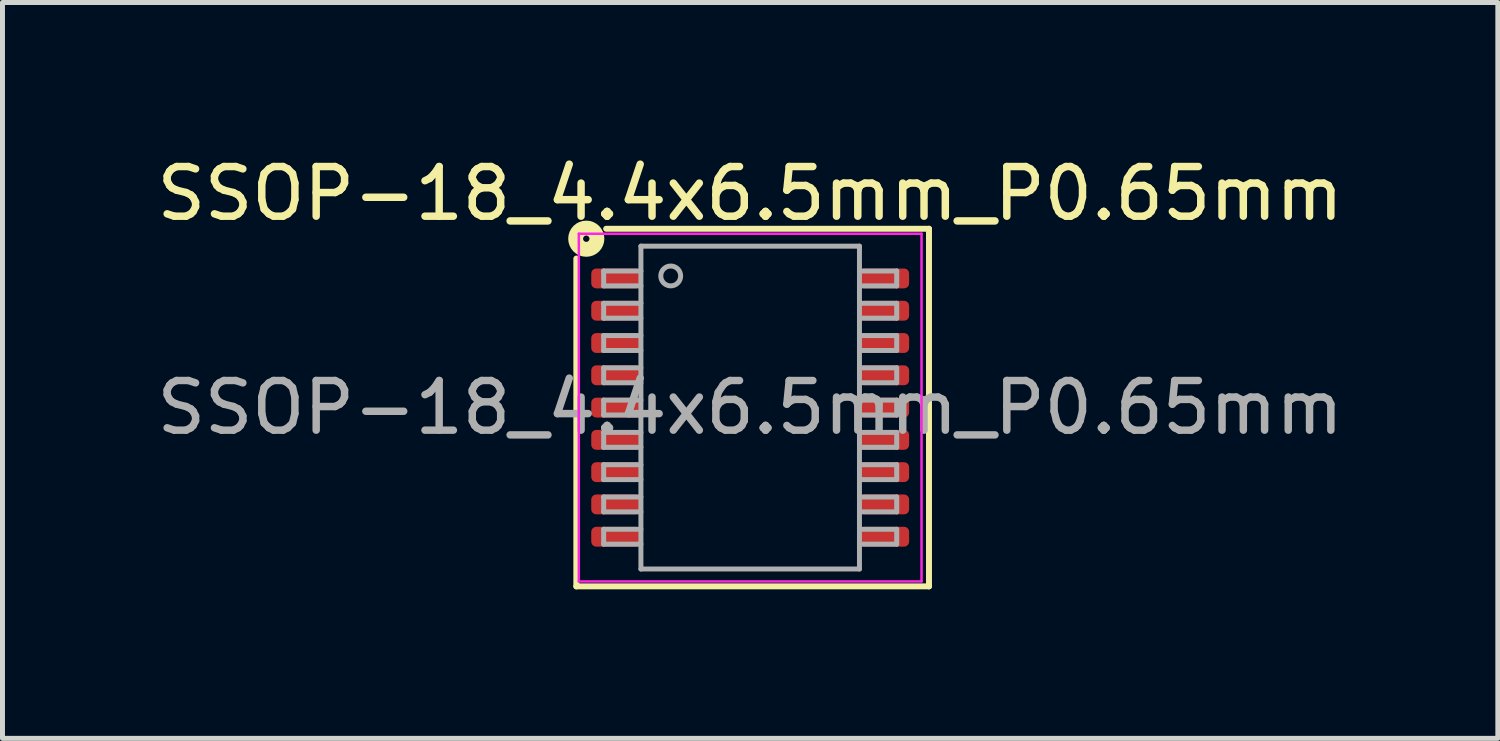
<source format=kicad_pcb>
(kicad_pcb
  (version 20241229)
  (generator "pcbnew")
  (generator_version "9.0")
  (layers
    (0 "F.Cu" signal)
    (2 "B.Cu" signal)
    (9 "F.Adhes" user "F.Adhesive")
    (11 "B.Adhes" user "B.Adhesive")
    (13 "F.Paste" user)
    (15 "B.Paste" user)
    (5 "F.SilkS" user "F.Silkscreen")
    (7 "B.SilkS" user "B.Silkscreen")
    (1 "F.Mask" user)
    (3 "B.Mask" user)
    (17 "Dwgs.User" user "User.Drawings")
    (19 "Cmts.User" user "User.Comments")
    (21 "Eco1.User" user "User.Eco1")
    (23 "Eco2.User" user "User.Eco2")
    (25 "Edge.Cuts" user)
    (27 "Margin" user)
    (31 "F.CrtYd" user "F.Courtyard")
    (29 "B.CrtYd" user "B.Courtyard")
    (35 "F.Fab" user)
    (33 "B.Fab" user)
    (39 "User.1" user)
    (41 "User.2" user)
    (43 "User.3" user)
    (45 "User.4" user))
  (footprint "SSOP-18_4.4x6.5mm_P0.65mm"
    (layer "F.Cu")
    (at 12.054 5.156)
    (property "Reference" "SSOP-18_4.4x6.5mm_P0.65mm" (at 0 -4.308 0) (layer "F.SilkS") (effects (font (size 1 1) (thickness 0.15))))
    (attr smd)
    (fp_line (start -3.5 -3) (end -3.5 3.6) (stroke (width 0.12) (type solid)) (layer "F.SilkS"))
    (fp_line (start -3.5 3.6) (end 3.6 3.6) (stroke (width 0.12) (type solid)) (layer "F.SilkS"))
    (fp_line (start 3.6 -3.6) (end -2.9 -3.6) (stroke (width 0.12) (type solid)) (layer "F.SilkS"))
    (fp_line (start 3.6 3.6) (end 3.6 -3.6) (stroke (width 0.12) (type solid)) (layer "F.SilkS"))
    (fp_circle (center -3.3 -3.4) (end -3.236 -3.4) (stroke (width 0.3) (type solid)) (fill no) (layer "F.SilkS"))
    (fp_line (start -3.45 -3.5) (end 3.45 -3.5) (stroke (width 0.05) (type solid)) (layer "F.CrtYd"))
    (fp_line (start -3.45 3.5) (end -3.45 -3.5) (stroke (width 0.05) (type solid)) (layer "F.CrtYd"))
    (fp_line (start 3.45 -3.5) (end 3.45 3.5) (stroke (width 0.05) (type solid)) (layer "F.CrtYd"))
    (fp_line (start 3.45 3.5) (end -3.45 3.5) (stroke (width 0.05) (type solid)) (layer "F.CrtYd"))
    (fp_line (start -2.95 -2.75) (end -2.95 -2.45) (stroke (width 0.1) (type solid)) (layer "F.Fab"))
    (fp_line (start -2.95 -2.75) (end -2.2 -2.75) (stroke (width 0.1) (type solid)) (layer "F.Fab"))
    (fp_line (start -2.95 -2.45) (end -2.2 -2.45) (stroke (width 0.1) (type solid)) (layer "F.Fab"))
    (fp_line (start -2.95 -2.1) (end -2.95 -1.8) (stroke (width 0.1) (type solid)) (layer "F.Fab"))
    (fp_line (start -2.95 -2.1) (end -2.2 -2.1) (stroke (width 0.1) (type solid)) (layer "F.Fab"))
    (fp_line (start -2.95 -1.8) (end -2.2 -1.8) (stroke (width 0.1) (type solid)) (layer "F.Fab"))
    (fp_line (start -2.95 -1.45) (end -2.95 -1.15) (stroke (width 0.1) (type solid)) (layer "F.Fab"))
    (fp_line (start -2.95 -1.45) (end -2.2 -1.45) (stroke (width 0.1) (type solid)) (layer "F.Fab"))
    (fp_line (start -2.95 -1.15) (end -2.2 -1.15) (stroke (width 0.1) (type solid)) (layer "F.Fab"))
    (fp_line (start -2.95 -0.8) (end -2.95 -0.5) (stroke (width 0.1) (type solid)) (layer "F.Fab"))
    (fp_line (start -2.95 -0.8) (end -2.2 -0.8) (stroke (width 0.1) (type solid)) (layer "F.Fab"))
    (fp_line (start -2.95 -0.5) (end -2.2 -0.5) (stroke (width 0.1) (type solid)) (layer "F.Fab"))
    (fp_line (start -2.95 -0.15) (end -2.95 0.15) (stroke (width 0.1) (type solid)) (layer "F.Fab"))
    (fp_line (start -2.95 -0.15) (end -2.2 -0.15) (stroke (width 0.1) (type solid)) (layer "F.Fab"))
    (fp_line (start -2.95 0.15) (end -2.2 0.15) (stroke (width 0.1) (type solid)) (layer "F.Fab"))
    (fp_line (start -2.95 0.5) (end -2.95 0.8) (stroke (width 0.1) (type solid)) (layer "F.Fab"))
    (fp_line (start -2.95 0.5) (end -2.2 0.5) (stroke (width 0.1) (type solid)) (layer "F.Fab"))
    (fp_line (start -2.95 0.8) (end -2.2 0.8) (stroke (width 0.1) (type solid)) (layer "F.Fab"))
    (fp_line (start -2.95 1.15) (end -2.95 1.45) (stroke (width 0.1) (type solid)) (layer "F.Fab"))
    (fp_line (start -2.95 1.15) (end -2.2 1.15) (stroke (width 0.1) (type solid)) (layer "F.Fab"))
    (fp_line (start -2.95 1.45) (end -2.2 1.45) (stroke (width 0.1) (type solid)) (layer "F.Fab"))
    (fp_line (start -2.95 1.8) (end -2.95 2.1) (stroke (width 0.1) (type solid)) (layer "F.Fab"))
    (fp_line (start -2.95 1.8) (end -2.2 1.8) (stroke (width 0.1) (type solid)) (layer "F.Fab"))
    (fp_line (start -2.95 2.1) (end -2.2 2.1) (stroke (width 0.1) (type solid)) (layer "F.Fab"))
    (fp_line (start -2.95 2.45) (end -2.95 2.75) (stroke (width 0.1) (type solid)) (layer "F.Fab"))
    (fp_line (start -2.95 2.45) (end -2.2 2.45) (stroke (width 0.1) (type solid)) (layer "F.Fab"))
    (fp_line (start -2.95 2.75) (end -2.2 2.75) (stroke (width 0.1) (type solid)) (layer "F.Fab"))
    (fp_line (start -2.2 -3.25) (end 2.2 -3.25) (stroke (width 0.1) (type solid)) (layer "F.Fab"))
    (fp_line (start -2.2 3.25) (end -2.2 -3.25) (stroke (width 0.1) (type solid)) (layer "F.Fab"))
    (fp_line (start 2.2 -3.25) (end 2.2 3.25) (stroke (width 0.1) (type solid)) (layer "F.Fab"))
    (fp_line (start 2.2 3.25) (end -2.2 3.25) (stroke (width 0.1) (type solid)) (layer "F.Fab"))
    (fp_line (start 2.95 -2.75) (end 2.2 -2.75) (stroke (width 0.1) (type solid)) (layer "F.Fab"))
    (fp_line (start 2.95 -2.45) (end 2.2 -2.45) (stroke (width 0.1) (type solid)) (layer "F.Fab"))
    (fp_line (start 2.95 -2.45) (end 2.95 -2.75) (stroke (width 0.1) (type solid)) (layer "F.Fab"))
    (fp_line (start 2.95 -2.1) (end 2.2 -2.1) (stroke (width 0.1) (type solid)) (layer "F.Fab"))
    (fp_line (start 2.95 -1.8) (end 2.2 -1.8) (stroke (width 0.1) (type solid)) (layer "F.Fab"))
    (fp_line (start 2.95 -1.8) (end 2.95 -2.1) (stroke (width 0.1) (type solid)) (layer "F.Fab"))
    (fp_line (start 2.95 -1.45) (end 2.2 -1.45) (stroke (width 0.1) (type solid)) (layer "F.Fab"))
    (fp_line (start 2.95 -1.15) (end 2.2 -1.15) (stroke (width 0.1) (type solid)) (layer "F.Fab"))
    (fp_line (start 2.95 -1.15) (end 2.95 -1.45) (stroke (width 0.1) (type solid)) (layer "F.Fab"))
    (fp_line (start 2.95 -0.8) (end 2.2 -0.8) (stroke (width 0.1) (type solid)) (layer "F.Fab"))
    (fp_line (start 2.95 -0.5) (end 2.2 -0.5) (stroke (width 0.1) (type solid)) (layer "F.Fab"))
    (fp_line (start 2.95 -0.5) (end 2.95 -0.8) (stroke (width 0.1) (type solid)) (layer "F.Fab"))
    (fp_line (start 2.95 -0.15) (end 2.2 -0.15) (stroke (width 0.1) (type solid)) (layer "F.Fab"))
    (fp_line (start 2.95 0.15) (end 2.2 0.15) (stroke (width 0.1) (type solid)) (layer "F.Fab"))
    (fp_line (start 2.95 0.15) (end 2.95 -0.15) (stroke (width 0.1) (type solid)) (layer "F.Fab"))
    (fp_line (start 2.95 0.5) (end 2.2 0.5) (stroke (width 0.1) (type solid)) (layer "F.Fab"))
    (fp_line (start 2.95 0.8) (end 2.2 0.8) (stroke (width 0.1) (type solid)) (layer "F.Fab"))
    (fp_line (start 2.95 0.8) (end 2.95 0.5) (stroke (width 0.1) (type solid)) (layer "F.Fab"))
    (fp_line (start 2.95 1.15) (end 2.2 1.15) (stroke (width 0.1) (type solid)) (layer "F.Fab"))
    (fp_line (start 2.95 1.45) (end 2.2 1.45) (stroke (width 0.1) (type solid)) (layer "F.Fab"))
    (fp_line (start 2.95 1.45) (end 2.95 1.15) (stroke (width 0.1) (type solid)) (layer "F.Fab"))
    (fp_line (start 2.95 1.8) (end 2.2 1.8) (stroke (width 0.1) (type solid)) (layer "F.Fab"))
    (fp_line (start 2.95 2.1) (end 2.2 2.1) (stroke (width 0.1) (type solid)) (layer "F.Fab"))
    (fp_line (start 2.95 2.1) (end 2.95 1.8) (stroke (width 0.1) (type solid)) (layer "F.Fab"))
    (fp_line (start 2.95 2.45) (end 2.2 2.45) (stroke (width 0.1) (type solid)) (layer "F.Fab"))
    (fp_line (start 2.95 2.75) (end 2.2 2.75) (stroke (width 0.1) (type solid)) (layer "F.Fab"))
    (fp_line (start 2.95 2.75) (end 2.95 2.45) (stroke (width 0.1) (type solid)) (layer "F.Fab"))
    (fp_circle (center -1.6 -2.65) (end -1.4 -2.65) (stroke (width 0.1) (type solid)) (fill no) (layer "F.Fab"))
    (fp_text user "${REFERENCE}" (at 0 0 0) (layer "F.Fab") (effects (font (size 1 1) (thickness 0.15))))
    (pad "1" smd roundrect (at -2.7 -2.6) (size 1 0.4) (layers "F.Cu" "F.Mask" "F.Paste") (roundrect_rratio 0.25))
    (pad "2" smd roundrect (at -2.7 -1.95) (size 1 0.4) (layers "F.Cu" "F.Mask" "F.Paste") (roundrect_rratio 0.25))
    (pad "3" smd roundrect (at -2.7 -1.3) (size 1 0.4) (layers "F.Cu" "F.Mask" "F.Paste") (roundrect_rratio 0.25))
    (pad "4" smd roundrect (at -2.7 -0.65) (size 1 0.4) (layers "F.Cu" "F.Mask" "F.Paste") (roundrect_rratio 0.25))
    (pad "5" smd roundrect (at -2.7 0) (size 1 0.4) (layers "F.Cu" "F.Mask" "F.Paste") (roundrect_rratio 0.25))
    (pad "6" smd roundrect (at -2.7 0.65) (size 1 0.4) (layers "F.Cu" "F.Mask" "F.Paste") (roundrect_rratio 0.25))
    (pad "7" smd roundrect (at -2.7 1.3) (size 1 0.4) (layers "F.Cu" "F.Mask" "F.Paste") (roundrect_rratio 0.25))
    (pad "8" smd roundrect (at -2.7 1.95) (size 1 0.4) (layers "F.Cu" "F.Mask" "F.Paste") (roundrect_rratio 0.25))
    (pad "9" smd roundrect (at -2.7 2.6) (size 1 0.4) (layers "F.Cu" "F.Mask" "F.Paste") (roundrect_rratio 0.25))
    (pad "10" smd roundrect (at 2.7 2.6) (size 1 0.4) (layers "F.Cu" "F.Mask" "F.Paste") (roundrect_rratio 0.25))
    (pad "11" smd roundrect (at 2.7 1.95) (size 1 0.4) (layers "F.Cu" "F.Mask" "F.Paste") (roundrect_rratio 0.25))
    (pad "12" smd roundrect (at 2.7 1.3) (size 1 0.4) (layers "F.Cu" "F.Mask" "F.Paste") (roundrect_rratio 0.25))
    (pad "13" smd roundrect (at 2.7 0.65) (size 1 0.4) (layers "F.Cu" "F.Mask" "F.Paste") (roundrect_rratio 0.25))
    (pad "14" smd roundrect (at 2.7 0) (size 1 0.4) (layers "F.Cu" "F.Mask" "F.Paste") (roundrect_rratio 0.25))
    (pad "15" smd roundrect (at 2.7 -0.65) (size 1 0.4) (layers "F.Cu" "F.Mask" "F.Paste") (roundrect_rratio 0.25))
    (pad "16" smd roundrect (at 2.7 -1.3) (size 1 0.4) (layers "F.Cu" "F.Mask" "F.Paste") (roundrect_rratio 0.25))
    (pad "17" smd roundrect (at 2.7 -1.95) (size 1 0.4) (layers "F.Cu" "F.Mask" "F.Paste") (roundrect_rratio 0.25))
    (pad "18" smd roundrect (at 2.7 -2.6) (size 1 0.4) (layers "F.Cu" "F.Mask" "F.Paste") (roundrect_rratio 0.25)))
  (gr_rect
    (start -3 -3)
    (end 27.107 11.816)
    (stroke (width 0.1) (type default))
    (fill no)
    (layer "Edge.Cuts")))
</source>
